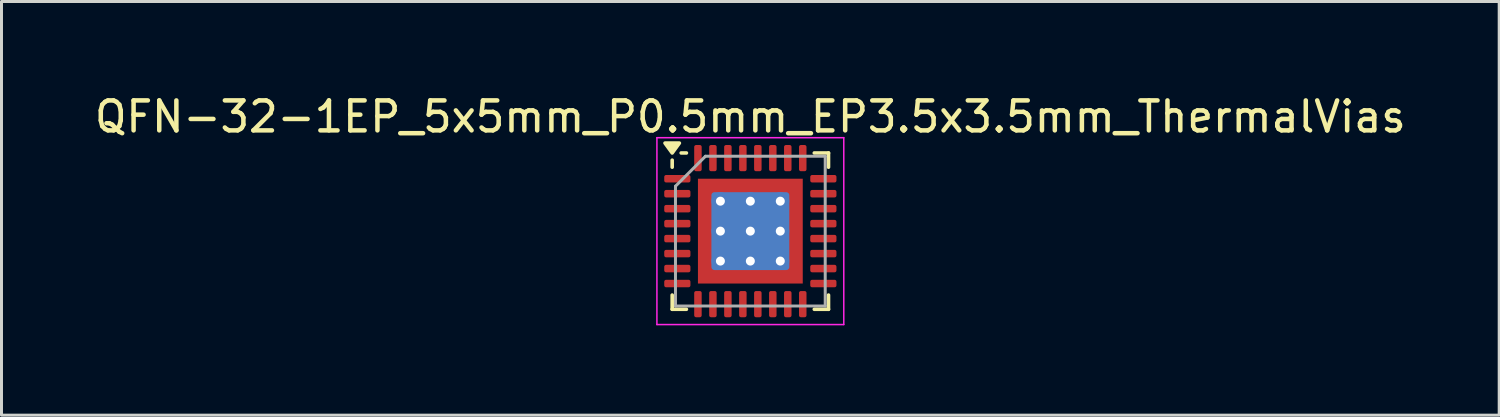
<source format=kicad_pcb>
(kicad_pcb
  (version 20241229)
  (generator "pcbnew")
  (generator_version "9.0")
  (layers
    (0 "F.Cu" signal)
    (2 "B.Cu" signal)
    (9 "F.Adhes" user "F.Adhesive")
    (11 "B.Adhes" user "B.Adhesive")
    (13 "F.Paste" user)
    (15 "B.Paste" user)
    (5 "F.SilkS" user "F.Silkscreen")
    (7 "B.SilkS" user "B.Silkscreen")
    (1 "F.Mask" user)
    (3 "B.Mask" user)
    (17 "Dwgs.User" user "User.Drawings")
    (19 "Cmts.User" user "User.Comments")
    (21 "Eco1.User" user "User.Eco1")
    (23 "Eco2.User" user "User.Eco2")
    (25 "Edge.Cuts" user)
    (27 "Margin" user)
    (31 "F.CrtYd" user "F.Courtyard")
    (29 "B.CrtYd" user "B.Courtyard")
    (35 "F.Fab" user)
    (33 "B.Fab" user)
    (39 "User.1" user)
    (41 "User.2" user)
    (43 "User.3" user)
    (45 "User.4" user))
  (footprint "QFN-32-1EP_5x5mm_P0.5mm_EP3.5x3.5mm_ThermalVias"
    (layer "F.Cu")
    (at 22.006 4.668)
    (property "Reference" "QFN-32-1EP_5x5mm_P0.5mm_EP3.5x3.5mm_ThermalVias" (at 0 -3.82 0) (layer "F.SilkS") (effects (font (size 1 1) (thickness 0.15))))
    (attr smd)
    (fp_line (start -2.61 -2.135) (end -2.61 -2.37) (stroke (width 0.12) (type solid)) (layer "F.SilkS"))
    (fp_line (start -2.61 2.61) (end -2.61 2.135) (stroke (width 0.12) (type solid)) (layer "F.SilkS"))
    (fp_line (start -2.135 -2.61) (end -2.31 -2.61) (stroke (width 0.12) (type solid)) (layer "F.SilkS"))
    (fp_line (start -2.135 2.61) (end -2.61 2.61) (stroke (width 0.12) (type solid)) (layer "F.SilkS"))
    (fp_line (start 2.135 -2.61) (end 2.61 -2.61) (stroke (width 0.12) (type solid)) (layer "F.SilkS"))
    (fp_line (start 2.135 2.61) (end 2.61 2.61) (stroke (width 0.12) (type solid)) (layer "F.SilkS"))
    (fp_line (start 2.61 -2.61) (end 2.61 -2.135) (stroke (width 0.12) (type solid)) (layer "F.SilkS"))
    (fp_line (start 2.61 2.61) (end 2.61 2.135) (stroke (width 0.12) (type solid)) (layer "F.SilkS"))
    (fp_poly (pts (xy -2.61 -2.61) (xy -2.85 -2.94) (xy -2.37 -2.94) (xy -2.61 -2.61)) (stroke (width 0.12) (type solid)) (fill yes) (layer "F.SilkS"))
    (fp_line (start -3.12 -3.12) (end -3.12 3.12) (stroke (width 0.05) (type solid)) (layer "F.CrtYd"))
    (fp_line (start -3.12 3.12) (end 3.12 3.12) (stroke (width 0.05) (type solid)) (layer "F.CrtYd"))
    (fp_line (start 3.12 -3.12) (end -3.12 -3.12) (stroke (width 0.05) (type solid)) (layer "F.CrtYd"))
    (fp_line (start 3.12 3.12) (end 3.12 -3.12) (stroke (width 0.05) (type solid)) (layer "F.CrtYd"))
    (fp_line (start -2.5 -1.5) (end -1.5 -2.5) (stroke (width 0.1) (type solid)) (layer "F.Fab"))
    (fp_line (start -2.5 2.5) (end -2.5 -1.5) (stroke (width 0.1) (type solid)) (layer "F.Fab"))
    (fp_line (start -1.5 -2.5) (end 2.5 -2.5) (stroke (width 0.1) (type solid)) (layer "F.Fab"))
    (fp_line (start 2.5 -2.5) (end 2.5 2.5) (stroke (width 0.1) (type solid)) (layer "F.Fab"))
    (fp_line (start 2.5 2.5) (end -2.5 2.5) (stroke (width 0.1) (type solid)) (layer "F.Fab"))
    (pad "" smd custom (at -1.375 -1.375) (size 0.457 0.457) (layers "F.Paste") (options (anchor circle)) (primitives (gr_poly (pts (xy -0.155 -0.155) (xy 0.155 -0.155) (xy 0.155 0.033) (xy 0.033 0.155) (xy -0.155 0.155)) (width 0.294) (fill yes))))
    (pad "" smd custom (at -1.375 -0.5) (size 0.475 0.475) (layers "F.Paste") (options (anchor circle)) (primitives (gr_poly (pts (xy -0.172 -0.273) (xy 0.064 -0.273) (xy 0.172 -0.165) (xy 0.172 0.165) (xy 0.064 0.273) (xy -0.172 0.273)) (width 0.26) (fill yes))))
    (pad "" smd custom (at -1.375 0.5) (size 0.475 0.475) (layers "F.Paste") (options (anchor circle)) (primitives (gr_poly (pts (xy -0.172 -0.273) (xy 0.064 -0.273) (xy 0.172 -0.165) (xy 0.172 0.165) (xy 0.064 0.273) (xy -0.172 0.273)) (width 0.26) (fill yes))))
    (pad "" smd custom (at -1.375 1.375) (size 0.457 0.457) (layers "F.Paste") (options (anchor circle)) (primitives (gr_poly (pts (xy -0.155 -0.155) (xy 0.033 -0.155) (xy 0.155 -0.033) (xy 0.155 0.155) (xy -0.155 0.155)) (width 0.294) (fill yes))))
    (pad "" smd custom (at -0.5 -1.375) (size 0.475 0.475) (layers "F.Paste") (options (anchor circle)) (primitives (gr_poly (pts (xy -0.273 -0.172) (xy 0.273 -0.172) (xy 0.273 0.064) (xy 0.165 0.172) (xy -0.165 0.172) (xy -0.273 0.064)) (width 0.26) (fill yes))))
    (pad "" smd custom (at -0.5 -0.5) (size 0.693 0.693) (layers "F.Paste") (options (anchor circle)) (primitives (gr_poly (pts (xy -0.29 -0.197) (xy -0.197 -0.29) (xy 0.197 -0.29) (xy 0.29 -0.197) (xy 0.29 0.197) (xy 0.197 0.29) (xy -0.197 0.29) (xy -0.29 0.197)) (width 0.226) (fill yes))))
    (pad "" smd custom (at -0.5 0.5) (size 0.693 0.693) (layers "F.Paste") (options (anchor circle)) (primitives (gr_poly (pts (xy -0.29 -0.197) (xy -0.197 -0.29) (xy 0.197 -0.29) (xy 0.29 -0.197) (xy 0.29 0.197) (xy 0.197 0.29) (xy -0.197 0.29) (xy -0.29 0.197)) (width 0.226) (fill yes))))
    (pad "" smd custom (at -0.5 1.375) (size 0.475 0.475) (layers "F.Paste") (options (anchor circle)) (primitives (gr_poly (pts (xy -0.273 -0.064) (xy -0.165 -0.172) (xy 0.165 -0.172) (xy 0.273 -0.064) (xy 0.273 0.172) (xy -0.273 0.172)) (width 0.26) (fill yes))))
    (pad "" smd custom (at 0.5 -1.375) (size 0.475 0.475) (layers "F.Paste") (options (anchor circle)) (primitives (gr_poly (pts (xy -0.273 -0.172) (xy 0.273 -0.172) (xy 0.273 0.064) (xy 0.165 0.172) (xy -0.165 0.172) (xy -0.273 0.064)) (width 0.26) (fill yes))))
    (pad "" smd custom (at 0.5 -0.5) (size 0.693 0.693) (layers "F.Paste") (options (anchor circle)) (primitives (gr_poly (pts (xy -0.29 -0.197) (xy -0.197 -0.29) (xy 0.197 -0.29) (xy 0.29 -0.197) (xy 0.29 0.197) (xy 0.197 0.29) (xy -0.197 0.29) (xy -0.29 0.197)) (width 0.226) (fill yes))))
    (pad "" smd custom (at 0.5 0.5) (size 0.693 0.693) (layers "F.Paste") (options (anchor circle)) (primitives (gr_poly (pts (xy -0.29 -0.197) (xy -0.197 -0.29) (xy 0.197 -0.29) (xy 0.29 -0.197) (xy 0.29 0.197) (xy 0.197 0.29) (xy -0.197 0.29) (xy -0.29 0.197)) (width 0.226) (fill yes))))
    (pad "" smd custom (at 0.5 1.375) (size 0.475 0.475) (layers "F.Paste") (options (anchor circle)) (primitives (gr_poly (pts (xy -0.273 -0.064) (xy -0.165 -0.172) (xy 0.165 -0.172) (xy 0.273 -0.064) (xy 0.273 0.172) (xy -0.273 0.172)) (width 0.26) (fill yes))))
    (pad "" smd custom (at 1.375 -1.375) (size 0.457 0.457) (layers "F.Paste") (options (anchor circle)) (primitives (gr_poly (pts (xy -0.155 -0.155) (xy 0.155 -0.155) (xy 0.155 0.155) (xy -0.033 0.155) (xy -0.155 0.033)) (width 0.294) (fill yes))))
    (pad "" smd custom (at 1.375 -0.5) (size 0.475 0.475) (layers "F.Paste") (options (anchor circle)) (primitives (gr_poly (pts (xy -0.172 -0.165) (xy -0.064 -0.273) (xy 0.172 -0.273) (xy 0.172 0.273) (xy -0.064 0.273) (xy -0.172 0.165)) (width 0.26) (fill yes))))
    (pad "" smd custom (at 1.375 0.5) (size 0.475 0.475) (layers "F.Paste") (options (anchor circle)) (primitives (gr_poly (pts (xy -0.172 -0.165) (xy -0.064 -0.273) (xy 0.172 -0.273) (xy 0.172 0.273) (xy -0.064 0.273) (xy -0.172 0.165)) (width 0.26) (fill yes))))
    (pad "" smd custom (at 1.375 1.375) (size 0.457 0.457) (layers "F.Paste") (options (anchor circle)) (primitives (gr_poly (pts (xy -0.155 -0.033) (xy -0.033 -0.155) (xy 0.155 -0.155) (xy 0.155 0.155) (xy -0.155 0.155)) (width 0.294) (fill yes))))
    (pad "1" smd roundrect (at -2.438 -1.75) (size 0.875 0.25) (layers "F.Cu" "F.Mask" "F.Paste") (roundrect_rratio 0.25))
    (pad "2" smd roundrect (at -2.438 -1.25) (size 0.875 0.25) (layers "F.Cu" "F.Mask" "F.Paste") (roundrect_rratio 0.25))
    (pad "3" smd roundrect (at -2.438 -0.75) (size 0.875 0.25) (layers "F.Cu" "F.Mask" "F.Paste") (roundrect_rratio 0.25))
    (pad "4" smd roundrect (at -2.438 -0.25) (size 0.875 0.25) (layers "F.Cu" "F.Mask" "F.Paste") (roundrect_rratio 0.25))
    (pad "5" smd roundrect (at -2.438 0.25) (size 0.875 0.25) (layers "F.Cu" "F.Mask" "F.Paste") (roundrect_rratio 0.25))
    (pad "6" smd roundrect (at -2.438 0.75) (size 0.875 0.25) (layers "F.Cu" "F.Mask" "F.Paste") (roundrect_rratio 0.25))
    (pad "7" smd roundrect (at -2.438 1.25) (size 0.875 0.25) (layers "F.Cu" "F.Mask" "F.Paste") (roundrect_rratio 0.25))
    (pad "8" smd roundrect (at -2.438 1.75) (size 0.875 0.25) (layers "F.Cu" "F.Mask" "F.Paste") (roundrect_rratio 0.25))
    (pad "9" smd roundrect (at -1.75 2.438) (size 0.25 0.875) (layers "F.Cu" "F.Mask" "F.Paste") (roundrect_rratio 0.25))
    (pad "10" smd roundrect (at -1.25 2.438) (size 0.25 0.875) (layers "F.Cu" "F.Mask" "F.Paste") (roundrect_rratio 0.25))
    (pad "11" smd roundrect (at -0.75 2.438) (size 0.25 0.875) (layers "F.Cu" "F.Mask" "F.Paste") (roundrect_rratio 0.25))
    (pad "12" smd roundrect (at -0.25 2.438) (size 0.25 0.875) (layers "F.Cu" "F.Mask" "F.Paste") (roundrect_rratio 0.25))
    (pad "13" smd roundrect (at 0.25 2.438) (size 0.25 0.875) (layers "F.Cu" "F.Mask" "F.Paste") (roundrect_rratio 0.25))
    (pad "14" smd roundrect (at 0.75 2.438) (size 0.25 0.875) (layers "F.Cu" "F.Mask" "F.Paste") (roundrect_rratio 0.25))
    (pad "15" smd roundrect (at 1.25 2.438) (size 0.25 0.875) (layers "F.Cu" "F.Mask" "F.Paste") (roundrect_rratio 0.25))
    (pad "16" smd roundrect (at 1.75 2.438) (size 0.25 0.875) (layers "F.Cu" "F.Mask" "F.Paste") (roundrect_rratio 0.25))
    (pad "17" smd roundrect (at 2.438 1.75) (size 0.875 0.25) (layers "F.Cu" "F.Mask" "F.Paste") (roundrect_rratio 0.25))
    (pad "18" smd roundrect (at 2.438 1.25) (size 0.875 0.25) (layers "F.Cu" "F.Mask" "F.Paste") (roundrect_rratio 0.25))
    (pad "19" smd roundrect (at 2.438 0.75) (size 0.875 0.25) (layers "F.Cu" "F.Mask" "F.Paste") (roundrect_rratio 0.25))
    (pad "20" smd roundrect (at 2.438 0.25) (size 0.875 0.25) (layers "F.Cu" "F.Mask" "F.Paste") (roundrect_rratio 0.25))
    (pad "21" smd roundrect (at 2.438 -0.25) (size 0.875 0.25) (layers "F.Cu" "F.Mask" "F.Paste") (roundrect_rratio 0.25))
    (pad "22" smd roundrect (at 2.438 -0.75) (size 0.875 0.25) (layers "F.Cu" "F.Mask" "F.Paste") (roundrect_rratio 0.25))
    (pad "23" smd roundrect (at 2.438 -1.25) (size 0.875 0.25) (layers "F.Cu" "F.Mask" "F.Paste") (roundrect_rratio 0.25))
    (pad "24" smd roundrect (at 2.438 -1.75) (size 0.875 0.25) (layers "F.Cu" "F.Mask" "F.Paste") (roundrect_rratio 0.25))
    (pad "25" smd roundrect (at 1.75 -2.438) (size 0.25 0.875) (layers "F.Cu" "F.Mask" "F.Paste") (roundrect_rratio 0.25))
    (pad "26" smd roundrect (at 1.25 -2.438) (size 0.25 0.875) (layers "F.Cu" "F.Mask" "F.Paste") (roundrect_rratio 0.25))
    (pad "27" smd roundrect (at 0.75 -2.438) (size 0.25 0.875) (layers "F.Cu" "F.Mask" "F.Paste") (roundrect_rratio 0.25))
    (pad "28" smd roundrect (at 0.25 -2.438) (size 0.25 0.875) (layers "F.Cu" "F.Mask" "F.Paste") (roundrect_rratio 0.25))
    (pad "29" smd roundrect (at -0.25 -2.438) (size 0.25 0.875) (layers "F.Cu" "F.Mask" "F.Paste") (roundrect_rratio 0.25))
    (pad "30" smd roundrect (at -0.75 -2.438) (size 0.25 0.875) (layers "F.Cu" "F.Mask" "F.Paste") (roundrect_rratio 0.25))
    (pad "31" smd roundrect (at -1.25 -2.438) (size 0.25 0.875) (layers "F.Cu" "F.Mask" "F.Paste") (roundrect_rratio 0.25))
    (pad "32" smd roundrect (at -1.75 -2.438) (size 0.25 0.875) (layers "F.Cu" "F.Mask" "F.Paste") (roundrect_rratio 0.25))
    (pad "33" thru_hole circle (at -1 -1) (size 0.6 0.6) (drill 0.3) (layers "*.Cu"))
    (pad "33" thru_hole circle (at -1 0) (size 0.6 0.6) (drill 0.3) (layers "*.Cu"))
    (pad "33" thru_hole circle (at -1 1) (size 0.6 0.6) (drill 0.3) (layers "*.Cu"))
    (pad "33" thru_hole circle (at 0 -1) (size 0.6 0.6) (drill 0.3) (layers "*.Cu"))
    (pad "33" thru_hole circle (at 0 0) (size 0.6 0.6) (drill 0.3) (layers "*.Cu"))
    (pad "33" smd roundrect (at 0 0) (size 2.6 2.6) (layers "B.Cu") (roundrect_rratio 0.038))
    (pad "33" smd rect (at 0 0) (size 3.5 3.5) (property pad_prop_heatsink) (layers "F.Cu" "F.Mask"))
    (pad "33" thru_hole circle (at 0 1) (size 0.6 0.6) (drill 0.3) (layers "*.Cu"))
    (pad "33" thru_hole circle (at 1 -1) (size 0.6 0.6) (drill 0.3) (layers "*.Cu"))
    (pad "33" thru_hole circle (at 1 0) (size 0.6 0.6) (drill 0.3) (layers "*.Cu"))
    (pad "33" thru_hole circle (at 1 1) (size 0.6 0.6) (drill 0.3) (layers "*.Cu")))
  (gr_rect
    (start -3 -3)
    (end 47.012 10.813)
    (stroke (width 0.1) (type default))
    (fill no)
    (layer "Edge.Cuts")))
</source>
